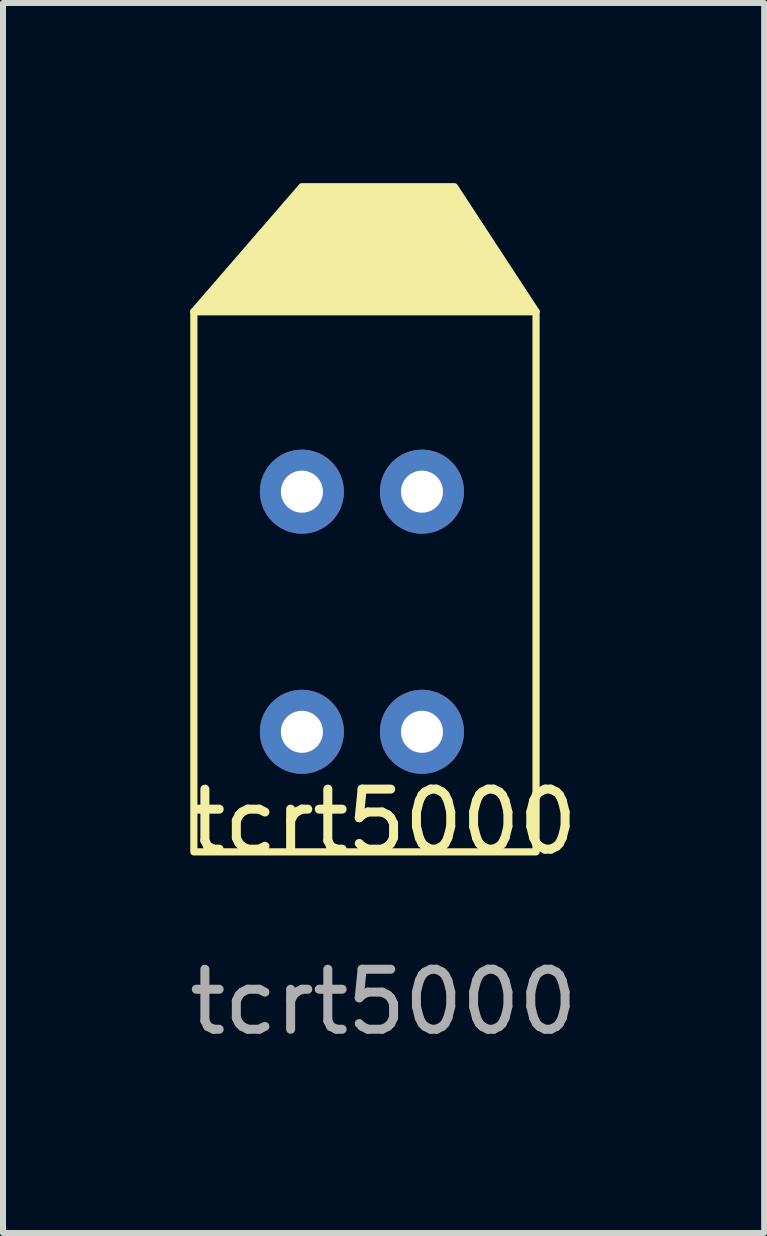
<source format=kicad_pcb>
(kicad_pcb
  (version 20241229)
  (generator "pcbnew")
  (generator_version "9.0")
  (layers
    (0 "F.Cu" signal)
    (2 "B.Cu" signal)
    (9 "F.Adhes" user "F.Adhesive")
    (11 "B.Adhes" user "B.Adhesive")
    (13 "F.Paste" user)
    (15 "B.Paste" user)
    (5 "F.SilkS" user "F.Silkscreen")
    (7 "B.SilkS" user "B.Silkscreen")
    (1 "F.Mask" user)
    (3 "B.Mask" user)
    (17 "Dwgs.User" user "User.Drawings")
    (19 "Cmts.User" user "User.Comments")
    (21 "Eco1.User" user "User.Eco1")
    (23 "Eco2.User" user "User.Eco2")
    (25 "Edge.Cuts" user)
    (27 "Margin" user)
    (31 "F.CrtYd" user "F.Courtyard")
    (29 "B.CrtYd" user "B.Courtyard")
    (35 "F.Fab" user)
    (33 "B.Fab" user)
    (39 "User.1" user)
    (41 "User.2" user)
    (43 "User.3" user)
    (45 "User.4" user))
  (footprint "tcrt5000"
    (layer "F.Cu")
    (at 3.339 11.14)
    (property "Reference" "tcrt5000" (at 0 -0.5 0) (unlocked yes) (layer "F.SilkS") (effects (font (size 1 1) (thickness 0.15))))
    (attr smd)
    (fp_rect (start 2.54 0) (end -3.16 -9) (stroke (width 0.12) (type solid)) (fill no) (layer "F.SilkS"))
    (fp_poly (pts (xy 2.54 -9) (xy -3.16 -9) (xy -1.36 -11.08) (xy 1.18 -11.08)) (stroke (width 0.12) (type solid)) (fill yes) (layer "F.SilkS"))
    (fp_text user "${REFERENCE}" (at 0 2.5 0) (unlocked yes) (layer "F.Fab") (effects (font (size 1 1) (thickness 0.15))))
    (pad "1" thru_hole circle (at -1.36 -6) (size 1.4 1.4) (drill 0.7) (layers "*.Cu" "*.Mask"))
    (pad "2" thru_hole circle (at 0.64 -6) (size 1.4 1.4) (drill 0.7) (layers "*.Cu" "*.Mask"))
    (pad "15" thru_hole circle (at 0.64 -2) (size 1.4 1.4) (drill 0.7) (layers "*.Cu" "*.Mask"))
    (pad "16" thru_hole circle (at -1.36 -2) (size 1.4 1.4) (drill 0.7) (layers "*.Cu" "*.Mask")))
  (gr_rect
    (start -3 -3)
    (end 9.679 17.488)
    (stroke (width 0.1) (type default))
    (fill no)
    (layer "Edge.Cuts")))
</source>
